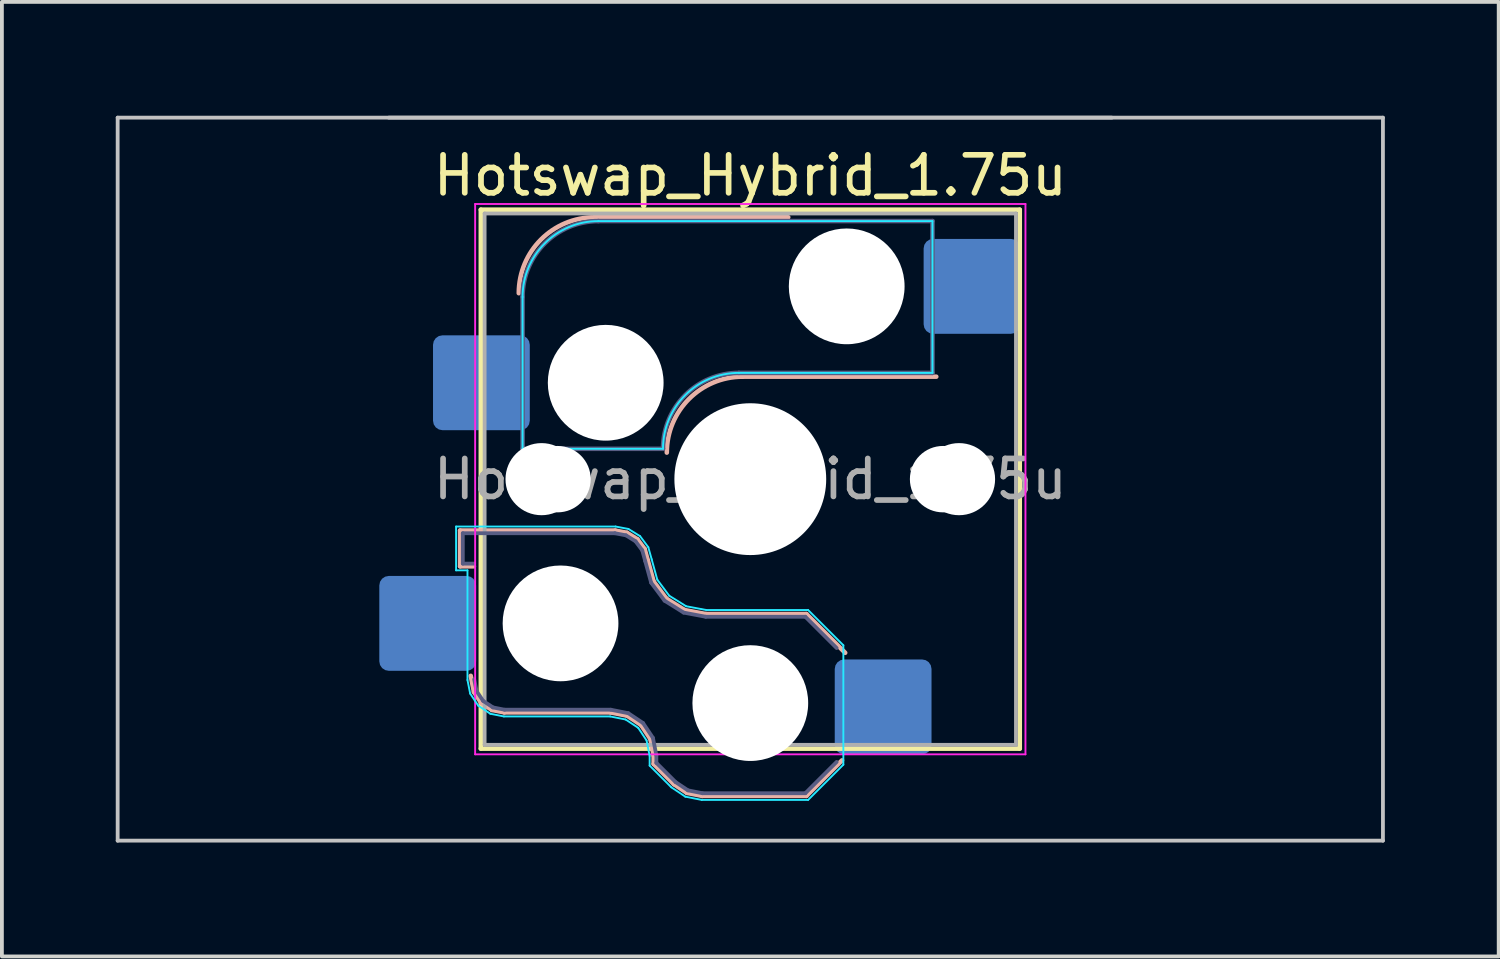
<source format=kicad_pcb>
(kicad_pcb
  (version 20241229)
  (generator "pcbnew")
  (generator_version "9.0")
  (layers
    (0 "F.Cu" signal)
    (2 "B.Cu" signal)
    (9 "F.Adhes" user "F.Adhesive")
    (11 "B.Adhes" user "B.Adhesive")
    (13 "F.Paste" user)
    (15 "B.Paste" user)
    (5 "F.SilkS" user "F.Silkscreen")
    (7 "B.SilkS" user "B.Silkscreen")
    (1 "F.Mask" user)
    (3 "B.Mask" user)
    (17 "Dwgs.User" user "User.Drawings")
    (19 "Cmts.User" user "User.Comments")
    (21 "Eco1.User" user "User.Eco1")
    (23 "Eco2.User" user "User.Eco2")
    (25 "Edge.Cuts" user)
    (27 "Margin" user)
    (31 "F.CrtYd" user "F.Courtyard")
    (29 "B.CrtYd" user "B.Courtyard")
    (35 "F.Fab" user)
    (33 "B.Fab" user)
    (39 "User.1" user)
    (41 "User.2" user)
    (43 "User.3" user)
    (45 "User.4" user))
  (footprint "Hotswap_Hybrid_1.75u"
    (layer "F.Cu")
    (at 16.719 9.575)
    (property "Reference" "Hotswap_Hybrid_1.75u" (at 0 -8 0) (layer "F.SilkS") (effects (font (size 1 1) (thickness 0.15))))
    (attr smd)
    (fp_line (start -7.1 -7.1) (end -7.1 7.1) (stroke (width 0.12) (type solid)) (layer "F.SilkS"))
    (fp_line (start -7.1 7.1) (end 7.1 7.1) (stroke (width 0.12) (type solid)) (layer "F.SilkS"))
    (fp_line (start 7.1 -7.1) (end -7.1 -7.1) (stroke (width 0.12) (type solid)) (layer "F.SilkS"))
    (fp_line (start 7.1 7.1) (end 7.1 -7.1) (stroke (width 0.12) (type solid)) (layer "F.SilkS"))
    (fp_line (start -7.646 1.354) (end -3.56 1.354) (stroke (width 0.12) (type solid)) (layer "B.SilkS"))
    (fp_line (start -7.646 2.296) (end -7.646 1.354) (stroke (width 0.12) (type solid)) (layer "B.SilkS"))
    (fp_line (start -7.283 2.296) (end -7.646 2.296) (stroke (width 0.12) (type solid)) (layer "B.SilkS"))
    (fp_line (start -7.281 5.609) (end -7.366 5.182) (stroke (width 0.12) (type solid)) (layer "B.SilkS"))
    (fp_line (start -7.092 5.892) (end -7.281 5.609) (stroke (width 0.12) (type solid)) (layer "B.SilkS"))
    (fp_line (start -6.809 6.081) (end -7.092 5.892) (stroke (width 0.12) (type solid)) (layer "B.SilkS"))
    (fp_line (start -6.482 6.146) (end -6.809 6.081) (stroke (width 0.12) (type solid)) (layer "B.SilkS"))
    (fp_line (start -4.1 -6.9) (end 1 -6.9) (stroke (width 0.12) (type solid)) (layer "B.SilkS"))
    (fp_line (start -3.682 6.146) (end -6.482 6.146) (stroke (width 0.12) (type solid)) (layer "B.SilkS"))
    (fp_line (start -3.56 1.354) (end -3.25 1.413) (stroke (width 0.12) (type solid)) (layer "B.SilkS"))
    (fp_line (start -3.25 1.413) (end -2.976 1.583) (stroke (width 0.12) (type solid)) (layer "B.SilkS"))
    (fp_line (start -3.244 6.233) (end -3.682 6.146) (stroke (width 0.12) (type solid)) (layer "B.SilkS"))
    (fp_line (start -2.976 1.583) (end -2.783 1.841) (stroke (width 0.12) (type solid)) (layer "B.SilkS"))
    (fp_line (start -2.877 6.477) (end -3.244 6.233) (stroke (width 0.12) (type solid)) (layer "B.SilkS"))
    (fp_line (start -2.783 1.841) (end -2.701 2.139) (stroke (width 0.12) (type solid)) (layer "B.SilkS"))
    (fp_line (start -2.701 2.139) (end -2.547 2.697) (stroke (width 0.12) (type solid)) (layer "B.SilkS"))
    (fp_line (start -2.633 6.844) (end -2.877 6.477) (stroke (width 0.12) (type solid)) (layer "B.SilkS"))
    (fp_line (start -2.547 2.697) (end -2.209 3.15) (stroke (width 0.12) (type solid)) (layer "B.SilkS"))
    (fp_line (start -2.546 7.504) (end -2.546 7.282) (stroke (width 0.12) (type solid)) (layer "B.SilkS"))
    (fp_line (start -2.546 7.282) (end -2.633 6.844) (stroke (width 0.12) (type solid)) (layer "B.SilkS"))
    (fp_line (start -2.209 3.15) (end -1.73 3.449) (stroke (width 0.12) (type solid)) (layer "B.SilkS"))
    (fp_line (start -2.013 8.037) (end -2.546 7.504) (stroke (width 0.12) (type solid)) (layer "B.SilkS"))
    (fp_line (start -1.73 3.449) (end -1.168 3.554) (stroke (width 0.12) (type solid)) (layer "B.SilkS"))
    (fp_line (start -1.671 8.266) (end -2.013 8.037) (stroke (width 0.12) (type solid)) (layer "B.SilkS"))
    (fp_line (start -1.268 8.346) (end -1.671 8.266) (stroke (width 0.12) (type solid)) (layer "B.SilkS"))
    (fp_line (start -1.168 3.554) (end 1.479 3.554) (stroke (width 0.12) (type solid)) (layer "B.SilkS"))
    (fp_line (start -0.2 -2.7) (end 4.9 -2.7) (stroke (width 0.12) (type solid)) (layer "B.SilkS"))
    (fp_line (start 1.479 3.554) (end 2.5 4.575) (stroke (width 0.12) (type solid)) (layer "B.SilkS"))
    (fp_line (start 1.479 8.346) (end -1.268 8.346) (stroke (width 0.12) (type solid)) (layer "B.SilkS"))
    (fp_line (start 2.416 7.409) (end 1.479 8.346) (stroke (width 0.12) (type solid)) (layer "B.SilkS"))
    (fp_arc (start -6.1 -4.9) (mid -5.514214 -6.314214) (end -4.1 -6.9) (stroke (width 0.12) (type solid)) (layer "B.SilkS"))
    (fp_arc (start -2.2 -0.7) (mid -1.614214 -2.114214) (end -0.2 -2.7) (stroke (width 0.12) (type solid)) (layer "B.SilkS"))
    (fp_line (start -16.669 -9.525) (end -16.669 9.525) (stroke (width 0.1) (type solid)) (layer "Dwgs.User"))
    (fp_line (start -16.669 9.525) (end 16.669 9.525) (stroke (width 0.1) (type solid)) (layer "Dwgs.User"))
    (fp_line (start 9.525 -9.525) (end -9.525 -9.525) (stroke (width 0.1) (type solid)) (layer "Dwgs.User"))
    (fp_line (start 16.669 -9.525) (end -16.669 -9.525) (stroke (width 0.1) (type solid)) (layer "Dwgs.User"))
    (fp_line (start 16.669 9.525) (end 16.669 -9.525) (stroke (width 0.1) (type solid)) (layer "Dwgs.User"))
    (fp_line (start -7.8 -6) (end -7 -6) (stroke (width 0.1) (type solid)) (layer "Eco1.User"))
    (fp_line (start -7.8 -2.9) (end -7.8 -6) (stroke (width 0.1) (type solid)) (layer "Eco1.User"))
    (fp_line (start -7.8 2.9) (end -7 2.9) (stroke (width 0.1) (type solid)) (layer "Eco1.User"))
    (fp_line (start -7.8 6) (end -7.8 2.9) (stroke (width 0.1) (type solid)) (layer "Eco1.User"))
    (fp_line (start -7 -7) (end 7 -7) (stroke (width 0.1) (type solid)) (layer "Eco1.User"))
    (fp_line (start -7 -6) (end -7 -7) (stroke (width 0.1) (type solid)) (layer "Eco1.User"))
    (fp_line (start -7 -2.9) (end -7.8 -2.9) (stroke (width 0.1) (type solid)) (layer "Eco1.User"))
    (fp_line (start -7 2.9) (end -7 -2.9) (stroke (width 0.1) (type solid)) (layer "Eco1.User"))
    (fp_line (start -7 6) (end -7.8 6) (stroke (width 0.1) (type solid)) (layer "Eco1.User"))
    (fp_line (start -7 7) (end -7 6) (stroke (width 0.1) (type solid)) (layer "Eco1.User"))
    (fp_line (start 7 -7) (end 7 -6) (stroke (width 0.1) (type solid)) (layer "Eco1.User"))
    (fp_line (start 7 -6) (end 7.8 -6) (stroke (width 0.1) (type solid)) (layer "Eco1.User"))
    (fp_line (start 7 -2.9) (end 7 2.9) (stroke (width 0.1) (type solid)) (layer "Eco1.User"))
    (fp_line (start 7 2.9) (end 7.8 2.9) (stroke (width 0.1) (type solid)) (layer "Eco1.User"))
    (fp_line (start 7 6) (end 7 7) (stroke (width 0.1) (type solid)) (layer "Eco1.User"))
    (fp_line (start 7 7) (end -7 7) (stroke (width 0.1) (type solid)) (layer "Eco1.User"))
    (fp_line (start 7.8 -6) (end 7.8 -2.9) (stroke (width 0.1) (type solid)) (layer "Eco1.User"))
    (fp_line (start 7.8 -2.9) (end 7 -2.9) (stroke (width 0.1) (type solid)) (layer "Eco1.User"))
    (fp_line (start 7.8 2.9) (end 7.8 6) (stroke (width 0.1) (type solid)) (layer "Eco1.User"))
    (fp_line (start 7.8 6) (end 7 6) (stroke (width 0.1) (type solid)) (layer "Eco1.User"))
    (fp_line (start -7.752 1.248) (end -3.55 1.248) (stroke (width 0.05) (type solid)) (layer "B.CrtYd"))
    (fp_line (start -7.752 2.402) (end -7.752 1.248) (stroke (width 0.05) (type solid)) (layer "B.CrtYd"))
    (fp_line (start -7.452 2.402) (end -7.752 2.402) (stroke (width 0.05) (type solid)) (layer "B.CrtYd"))
    (fp_line (start -7.452 5.292) (end -7.452 2.402) (stroke (width 0.05) (type solid)) (layer "B.CrtYd"))
    (fp_line (start -7.381 5.65) (end -7.452 5.292) (stroke (width 0.05) (type solid)) (layer "B.CrtYd"))
    (fp_line (start -7.168 5.968) (end -7.381 5.65) (stroke (width 0.05) (type solid)) (layer "B.CrtYd"))
    (fp_line (start -6.85 6.181) (end -7.168 5.968) (stroke (width 0.05) (type solid)) (layer "B.CrtYd"))
    (fp_line (start -6.492 6.252) (end -6.85 6.181) (stroke (width 0.05) (type solid)) (layer "B.CrtYd"))
    (fp_line (start -6 -0.8) (end -6 -4.8) (stroke (width 0.05) (type solid)) (layer "B.CrtYd"))
    (fp_line (start -6 -0.8) (end -2.3 -0.8) (stroke (width 0.05) (type solid)) (layer "B.CrtYd"))
    (fp_line (start -4 -6.8) (end 4.8 -6.8) (stroke (width 0.05) (type solid)) (layer "B.CrtYd"))
    (fp_line (start -3.692 6.252) (end -6.492 6.252) (stroke (width 0.05) (type solid)) (layer "B.CrtYd"))
    (fp_line (start -3.55 1.248) (end -3.211 1.312) (stroke (width 0.05) (type solid)) (layer "B.CrtYd"))
    (fp_line (start -3.285 6.333) (end -3.692 6.252) (stroke (width 0.05) (type solid)) (layer "B.CrtYd"))
    (fp_line (start -3.211 1.312) (end -2.903 1.503) (stroke (width 0.05) (type solid)) (layer "B.CrtYd"))
    (fp_line (start -2.953 6.553) (end -3.285 6.333) (stroke (width 0.05) (type solid)) (layer "B.CrtYd"))
    (fp_line (start -2.903 1.503) (end -2.687 1.794) (stroke (width 0.05) (type solid)) (layer "B.CrtYd"))
    (fp_line (start -2.733 6.885) (end -2.953 6.553) (stroke (width 0.05) (type solid)) (layer "B.CrtYd"))
    (fp_line (start -2.687 1.794) (end -2.599 2.111) (stroke (width 0.05) (type solid)) (layer "B.CrtYd"))
    (fp_line (start -2.652 7.292) (end -2.733 6.885) (stroke (width 0.05) (type solid)) (layer "B.CrtYd"))
    (fp_line (start -2.652 7.548) (end -2.652 7.292) (stroke (width 0.05) (type solid)) (layer "B.CrtYd"))
    (fp_line (start -2.599 2.111) (end -2.45 2.65) (stroke (width 0.05) (type solid)) (layer "B.CrtYd"))
    (fp_line (start -2.45 2.65) (end -2.136 3.071) (stroke (width 0.05) (type solid)) (layer "B.CrtYd"))
    (fp_line (start -2.136 3.071) (end -1.691 3.348) (stroke (width 0.05) (type solid)) (layer "B.CrtYd"))
    (fp_line (start -2.081 8.119) (end -2.652 7.548) (stroke (width 0.05) (type solid)) (layer "B.CrtYd"))
    (fp_line (start -1.712 8.366) (end -2.081 8.119) (stroke (width 0.05) (type solid)) (layer "B.CrtYd"))
    (fp_line (start -1.691 3.348) (end -1.159 3.448) (stroke (width 0.05) (type solid)) (layer "B.CrtYd"))
    (fp_line (start -1.278 8.452) (end -1.712 8.366) (stroke (width 0.05) (type solid)) (layer "B.CrtYd"))
    (fp_line (start -1.159 3.448) (end 1.523 3.448) (stroke (width 0.05) (type solid)) (layer "B.CrtYd"))
    (fp_line (start -0.3 -2.8) (end 4.8 -2.8) (stroke (width 0.05) (type solid)) (layer "B.CrtYd"))
    (fp_line (start 1.523 3.448) (end 2.452 4.377) (stroke (width 0.05) (type solid)) (layer "B.CrtYd"))
    (fp_line (start 1.523 8.452) (end -1.278 8.452) (stroke (width 0.05) (type solid)) (layer "B.CrtYd"))
    (fp_line (start 2.452 4.377) (end 2.452 7.523) (stroke (width 0.05) (type solid)) (layer "B.CrtYd"))
    (fp_line (start 2.452 7.523) (end 1.523 8.452) (stroke (width 0.05) (type solid)) (layer "B.CrtYd"))
    (fp_line (start 4.8 -6.8) (end 4.8 -2.8) (stroke (width 0.05) (type solid)) (layer "B.CrtYd"))
    (fp_arc (start -6 -4.8) (mid -5.414214 -6.214213) (end -4 -6.8) (stroke (width 0.05) (type solid)) (layer "B.CrtYd"))
    (fp_arc (start -2.3 -0.8) (mid -1.714214 -2.214214) (end -0.3 -2.8) (stroke (width 0.05) (type solid)) (layer "B.CrtYd"))
    (fp_line (start -7.25 -7.25) (end -7.25 7.25) (stroke (width 0.05) (type solid)) (layer "F.CrtYd"))
    (fp_line (start -7.25 7.25) (end 7.25 7.25) (stroke (width 0.05) (type solid)) (layer "F.CrtYd"))
    (fp_line (start 7.25 -7.25) (end -7.25 -7.25) (stroke (width 0.05) (type solid)) (layer "F.CrtYd"))
    (fp_line (start 7.25 7.25) (end 7.25 -7.25) (stroke (width 0.05) (type solid)) (layer "F.CrtYd"))
    (fp_line (start -7.575 1.425) (end -3.567 1.425) (stroke (width 0.1) (type solid)) (layer "B.Fab"))
    (fp_line (start -7.575 2.225) (end -7.575 1.425) (stroke (width 0.1) (type solid)) (layer "B.Fab"))
    (fp_line (start -7.275 2.225) (end -7.575 2.225) (stroke (width 0.1) (type solid)) (layer "B.Fab"))
    (fp_line (start -7.214 5.581) (end -7.275 5.275) (stroke (width 0.1) (type solid)) (layer "B.Fab"))
    (fp_line (start -7.041 5.841) (end -7.214 5.581) (stroke (width 0.1) (type solid)) (layer "B.Fab"))
    (fp_line (start -6.781 6.014) (end -7.041 5.841) (stroke (width 0.1) (type solid)) (layer "B.Fab"))
    (fp_line (start -6.475 6.075) (end -6.781 6.014) (stroke (width 0.1) (type solid)) (layer "B.Fab"))
    (fp_line (start -6 -0.8) (end -6 -4.8) (stroke (width 0.12) (type solid)) (layer "B.Fab"))
    (fp_line (start -6 -0.8) (end -2.3 -0.8) (stroke (width 0.12) (type solid)) (layer "B.Fab"))
    (fp_line (start -4 -6.8) (end 4.8 -6.8) (stroke (width 0.12) (type solid)) (layer "B.Fab"))
    (fp_line (start -3.675 6.075) (end -6.475 6.075) (stroke (width 0.1) (type solid)) (layer "B.Fab"))
    (fp_line (start -3.567 1.425) (end -3.276 1.48) (stroke (width 0.1) (type solid)) (layer "B.Fab"))
    (fp_line (start -3.276 1.48) (end -3.025 1.636) (stroke (width 0.1) (type solid)) (layer "B.Fab"))
    (fp_line (start -3.216 6.166) (end -3.675 6.075) (stroke (width 0.1) (type solid)) (layer "B.Fab"))
    (fp_line (start -3.025 1.636) (end -2.848 1.873) (stroke (width 0.1) (type solid)) (layer "B.Fab"))
    (fp_line (start -2.848 1.873) (end -2.769 2.158) (stroke (width 0.1) (type solid)) (layer "B.Fab"))
    (fp_line (start -2.826 6.426) (end -3.216 6.166) (stroke (width 0.1) (type solid)) (layer "B.Fab"))
    (fp_line (start -2.769 2.158) (end -2.612 2.729) (stroke (width 0.1) (type solid)) (layer "B.Fab"))
    (fp_line (start -2.612 2.729) (end -2.258 3.203) (stroke (width 0.1) (type solid)) (layer "B.Fab"))
    (fp_line (start -2.566 6.816) (end -2.826 6.426) (stroke (width 0.1) (type solid)) (layer "B.Fab"))
    (fp_line (start -2.475 7.275) (end -2.566 6.816) (stroke (width 0.1) (type solid)) (layer "B.Fab"))
    (fp_line (start -2.475 7.475) (end -2.475 7.275) (stroke (width 0.1) (type solid)) (layer "B.Fab"))
    (fp_line (start -2.258 3.203) (end -1.756 3.516) (stroke (width 0.1) (type solid)) (layer "B.Fab"))
    (fp_line (start -1.968 7.982) (end -2.475 7.475) (stroke (width 0.1) (type solid)) (layer "B.Fab"))
    (fp_line (start -1.756 3.516) (end -1.175 3.625) (stroke (width 0.1) (type solid)) (layer "B.Fab"))
    (fp_line (start -1.643 8.199) (end -1.968 7.982) (stroke (width 0.1) (type solid)) (layer "B.Fab"))
    (fp_line (start -1.261 8.275) (end -1.643 8.199) (stroke (width 0.1) (type solid)) (layer "B.Fab"))
    (fp_line (start -1.175 3.625) (end 1.45 3.625) (stroke (width 0.1) (type solid)) (layer "B.Fab"))
    (fp_line (start -0.3 -2.8) (end 4.8 -2.8) (stroke (width 0.12) (type solid)) (layer "B.Fab"))
    (fp_line (start 1.45 3.625) (end 2.275 4.45) (stroke (width 0.1) (type solid)) (layer "B.Fab"))
    (fp_line (start 1.45 8.275) (end -1.261 8.275) (stroke (width 0.1) (type solid)) (layer "B.Fab"))
    (fp_line (start 2.275 7.45) (end 1.45 8.275) (stroke (width 0.1) (type solid)) (layer "B.Fab"))
    (fp_line (start 4.8 -6.8) (end 4.8 -2.8) (stroke (width 0.12) (type solid)) (layer "B.Fab"))
    (fp_arc (start -6 -4.8) (mid -5.414214 -6.214213) (end -4 -6.8) (stroke (width 0.12) (type solid)) (layer "B.Fab"))
    (fp_arc (start -2.3 -0.8) (mid -1.714214 -2.214214) (end -0.3 -2.8) (stroke (width 0.12) (type solid)) (layer "B.Fab"))
    (fp_line (start -7 -7) (end -7 7) (stroke (width 0.1) (type solid)) (layer "F.Fab"))
    (fp_line (start -7 7) (end 7 7) (stroke (width 0.1) (type solid)) (layer "F.Fab"))
    (fp_line (start 7 -7) (end -7 -7) (stroke (width 0.1) (type solid)) (layer "F.Fab"))
    (fp_line (start 7 7) (end 7 -7) (stroke (width 0.1) (type solid)) (layer "F.Fab"))
    (fp_text user "${REFERENCE}" (at 0 0 0) (layer "F.Fab") (effects (font (size 1 1) (thickness 0.15))))
    (pad "" np_thru_hole circle (at -5.5 0 180) (size 1.9 1.9) (drill 1.9) (layers "*.Cu" "*.Mask"))
    (pad "" np_thru_hole circle (at -5.08 0) (size 1.75 1.75) (drill 1.75) (layers "*.Cu" "*.Mask"))
    (pad "" np_thru_hole circle (at -5 3.8 180) (size 3.05 3.05) (drill 3.05) (layers "*.Cu" "*.Mask"))
    (pad "" np_thru_hole circle (at -3.81 -2.54) (size 3.05 3.05) (drill 3.05) (layers "*.Cu" "*.Mask"))
    (pad "" np_thru_hole circle (at 0 0 180) (size 3.45 3.45) (drill 3.45) (layers "*.Cu" "*.Mask"))
    (pad "" np_thru_hole circle (at 0 0) (size 4 4) (drill 4) (layers "*.Cu" "*.Mask"))
    (pad "" np_thru_hole circle (at 0 5.9 180) (size 3.05 3.05) (drill 3.05) (layers "*.Cu" "*.Mask"))
    (pad "" np_thru_hole circle (at 2.54 -5.08) (size 3.05 3.05) (drill 3.05) (layers "*.Cu" "*.Mask"))
    (pad "" np_thru_hole circle (at 5.08 0) (size 1.75 1.75) (drill 1.75) (layers "*.Cu" "*.Mask"))
    (pad "" np_thru_hole circle (at 5.5 0 180) (size 1.9 1.9) (drill 1.9) (layers "*.Cu" "*.Mask"))
    (pad "1" smd roundrect (at -7.085 -2.54) (size 2.55 2.5) (layers "B.Cu" "B.Mask" "B.Paste") (roundrect_rratio 0.1))
    (pad "1" smd roundrect (at 3.5 6 180) (size 2.55 2.5) (layers "B.Cu" "B.Mask" "B.Paste") (roundrect_rratio 0.1))
    (pad "2" smd roundrect (at -8.5 3.8 180) (size 2.55 2.5) (layers "B.Cu" "B.Mask" "B.Paste") (roundrect_rratio 0.1))
    (pad "2" smd roundrect (at 5.842 -5.08) (size 2.55 2.5) (layers "B.Cu" "B.Mask" "B.Paste") (roundrect_rratio 0.1)))
  (gr_rect
    (start -3 -3)
    (end 36.438 22.15)
    (stroke (width 0.1) (type default))
    (fill no)
    (layer "Edge.Cuts")))
</source>
